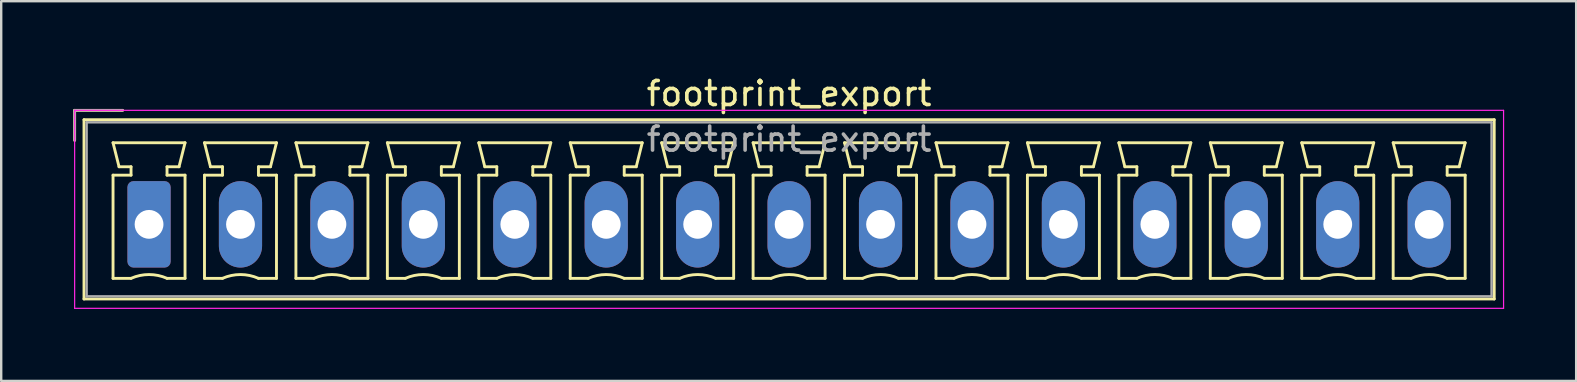
<source format=kicad_pcb>
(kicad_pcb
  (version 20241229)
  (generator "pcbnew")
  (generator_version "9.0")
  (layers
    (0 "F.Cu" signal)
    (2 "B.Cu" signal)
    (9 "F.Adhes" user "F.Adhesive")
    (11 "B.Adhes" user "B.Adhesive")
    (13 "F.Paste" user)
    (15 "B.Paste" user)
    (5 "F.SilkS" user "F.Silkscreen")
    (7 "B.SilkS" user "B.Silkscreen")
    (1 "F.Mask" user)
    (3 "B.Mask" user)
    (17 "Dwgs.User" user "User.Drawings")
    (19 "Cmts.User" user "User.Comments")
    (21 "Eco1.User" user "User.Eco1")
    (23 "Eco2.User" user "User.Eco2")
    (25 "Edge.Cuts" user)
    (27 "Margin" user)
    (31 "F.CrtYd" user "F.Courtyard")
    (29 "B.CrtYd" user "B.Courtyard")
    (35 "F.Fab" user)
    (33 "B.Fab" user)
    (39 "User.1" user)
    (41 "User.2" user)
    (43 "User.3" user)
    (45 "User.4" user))
  (footprint "footprint_export"
    (layer "F.Cu")
    (at 3.16 6.298)
    (property "Reference" "footprint_export" (at 26.67 -5.45 0) (layer "F.SilkS") (effects (font (size 1 1) (thickness 0.15))))
    (attr through_hole)
    (fp_line (start -3.1 -4.75) (end -1.1 -4.75) (stroke (width 0.12) (type solid)) (layer "F.SilkS"))
    (fp_line (start -3.1 -3.5) (end -3.1 -4.75) (stroke (width 0.12) (type solid)) (layer "F.SilkS"))
    (fp_line (start -2.71 -4.36) (end -2.71 3.11) (stroke (width 0.12) (type solid)) (layer "F.SilkS"))
    (fp_line (start -2.71 3.11) (end 56.05 3.11) (stroke (width 0.12) (type solid)) (layer "F.SilkS"))
    (fp_line (start -1.5 -3.4) (end 1.5 -3.4) (stroke (width 0.12) (type solid)) (layer "F.SilkS"))
    (fp_line (start -1.5 -2.05) (end -0.75 -2.05) (stroke (width 0.12) (type solid)) (layer "F.SilkS"))
    (fp_line (start -1.5 2.25) (end -1.5 -2.05) (stroke (width 0.12) (type solid)) (layer "F.SilkS"))
    (fp_line (start -1.25 -2.4) (end -1.5 -3.4) (stroke (width 0.12) (type solid)) (layer "F.SilkS"))
    (fp_line (start -0.75 -2.4) (end -1.25 -2.4) (stroke (width 0.12) (type solid)) (layer "F.SilkS"))
    (fp_line (start -0.75 -2.05) (end -0.75 -2.4) (stroke (width 0.12) (type solid)) (layer "F.SilkS"))
    (fp_line (start -0.75 2.25) (end -1.5 2.25) (stroke (width 0.12) (type solid)) (layer "F.SilkS"))
    (fp_line (start 0.75 -2.4) (end 0.75 -2.05) (stroke (width 0.12) (type solid)) (layer "F.SilkS"))
    (fp_line (start 0.75 -2.05) (end 1.5 -2.05) (stroke (width 0.12) (type solid)) (layer "F.SilkS"))
    (fp_line (start 1.25 -2.4) (end 0.75 -2.4) (stroke (width 0.12) (type solid)) (layer "F.SilkS"))
    (fp_line (start 1.5 -3.4) (end 1.25 -2.4) (stroke (width 0.12) (type solid)) (layer "F.SilkS"))
    (fp_line (start 1.5 -2.05) (end 1.5 2.25) (stroke (width 0.12) (type solid)) (layer "F.SilkS"))
    (fp_line (start 1.5 2.25) (end 0.75 2.25) (stroke (width 0.12) (type solid)) (layer "F.SilkS"))
    (fp_line (start 2.31 -3.4) (end 5.31 -3.4) (stroke (width 0.12) (type solid)) (layer "F.SilkS"))
    (fp_line (start 2.31 -2.05) (end 3.06 -2.05) (stroke (width 0.12) (type solid)) (layer "F.SilkS"))
    (fp_line (start 2.31 2.25) (end 2.31 -2.05) (stroke (width 0.12) (type solid)) (layer "F.SilkS"))
    (fp_line (start 2.56 -2.4) (end 2.31 -3.4) (stroke (width 0.12) (type solid)) (layer "F.SilkS"))
    (fp_line (start 3.06 -2.4) (end 2.56 -2.4) (stroke (width 0.12) (type solid)) (layer "F.SilkS"))
    (fp_line (start 3.06 -2.05) (end 3.06 -2.4) (stroke (width 0.12) (type solid)) (layer "F.SilkS"))
    (fp_line (start 3.06 2.25) (end 2.31 2.25) (stroke (width 0.12) (type solid)) (layer "F.SilkS"))
    (fp_line (start 4.56 -2.4) (end 4.56 -2.05) (stroke (width 0.12) (type solid)) (layer "F.SilkS"))
    (fp_line (start 4.56 -2.05) (end 5.31 -2.05) (stroke (width 0.12) (type solid)) (layer "F.SilkS"))
    (fp_line (start 5.06 -2.4) (end 4.56 -2.4) (stroke (width 0.12) (type solid)) (layer "F.SilkS"))
    (fp_line (start 5.31 -3.4) (end 5.06 -2.4) (stroke (width 0.12) (type solid)) (layer "F.SilkS"))
    (fp_line (start 5.31 -2.05) (end 5.31 2.25) (stroke (width 0.12) (type solid)) (layer "F.SilkS"))
    (fp_line (start 5.31 2.25) (end 4.56 2.25) (stroke (width 0.12) (type solid)) (layer "F.SilkS"))
    (fp_line (start 6.12 -3.4) (end 9.12 -3.4) (stroke (width 0.12) (type solid)) (layer "F.SilkS"))
    (fp_line (start 6.12 -2.05) (end 6.87 -2.05) (stroke (width 0.12) (type solid)) (layer "F.SilkS"))
    (fp_line (start 6.12 2.25) (end 6.12 -2.05) (stroke (width 0.12) (type solid)) (layer "F.SilkS"))
    (fp_line (start 6.37 -2.4) (end 6.12 -3.4) (stroke (width 0.12) (type solid)) (layer "F.SilkS"))
    (fp_line (start 6.87 -2.4) (end 6.37 -2.4) (stroke (width 0.12) (type solid)) (layer "F.SilkS"))
    (fp_line (start 6.87 -2.05) (end 6.87 -2.4) (stroke (width 0.12) (type solid)) (layer "F.SilkS"))
    (fp_line (start 6.87 2.25) (end 6.12 2.25) (stroke (width 0.12) (type solid)) (layer "F.SilkS"))
    (fp_line (start 8.37 -2.4) (end 8.37 -2.05) (stroke (width 0.12) (type solid)) (layer "F.SilkS"))
    (fp_line (start 8.37 -2.05) (end 9.12 -2.05) (stroke (width 0.12) (type solid)) (layer "F.SilkS"))
    (fp_line (start 8.87 -2.4) (end 8.37 -2.4) (stroke (width 0.12) (type solid)) (layer "F.SilkS"))
    (fp_line (start 9.12 -3.4) (end 8.87 -2.4) (stroke (width 0.12) (type solid)) (layer "F.SilkS"))
    (fp_line (start 9.12 -2.05) (end 9.12 2.25) (stroke (width 0.12) (type solid)) (layer "F.SilkS"))
    (fp_line (start 9.12 2.25) (end 8.37 2.25) (stroke (width 0.12) (type solid)) (layer "F.SilkS"))
    (fp_line (start 9.93 -3.4) (end 12.93 -3.4) (stroke (width 0.12) (type solid)) (layer "F.SilkS"))
    (fp_line (start 9.93 -2.05) (end 10.68 -2.05) (stroke (width 0.12) (type solid)) (layer "F.SilkS"))
    (fp_line (start 9.93 2.25) (end 9.93 -2.05) (stroke (width 0.12) (type solid)) (layer "F.SilkS"))
    (fp_line (start 10.18 -2.4) (end 9.93 -3.4) (stroke (width 0.12) (type solid)) (layer "F.SilkS"))
    (fp_line (start 10.68 -2.4) (end 10.18 -2.4) (stroke (width 0.12) (type solid)) (layer "F.SilkS"))
    (fp_line (start 10.68 -2.05) (end 10.68 -2.4) (stroke (width 0.12) (type solid)) (layer "F.SilkS"))
    (fp_line (start 10.68 2.25) (end 9.93 2.25) (stroke (width 0.12) (type solid)) (layer "F.SilkS"))
    (fp_line (start 12.18 -2.4) (end 12.18 -2.05) (stroke (width 0.12) (type solid)) (layer "F.SilkS"))
    (fp_line (start 12.18 -2.05) (end 12.93 -2.05) (stroke (width 0.12) (type solid)) (layer "F.SilkS"))
    (fp_line (start 12.68 -2.4) (end 12.18 -2.4) (stroke (width 0.12) (type solid)) (layer "F.SilkS"))
    (fp_line (start 12.93 -3.4) (end 12.68 -2.4) (stroke (width 0.12) (type solid)) (layer "F.SilkS"))
    (fp_line (start 12.93 -2.05) (end 12.93 2.25) (stroke (width 0.12) (type solid)) (layer "F.SilkS"))
    (fp_line (start 12.93 2.25) (end 12.18 2.25) (stroke (width 0.12) (type solid)) (layer "F.SilkS"))
    (fp_line (start 13.74 -3.4) (end 16.74 -3.4) (stroke (width 0.12) (type solid)) (layer "F.SilkS"))
    (fp_line (start 13.74 -2.05) (end 14.49 -2.05) (stroke (width 0.12) (type solid)) (layer "F.SilkS"))
    (fp_line (start 13.74 2.25) (end 13.74 -2.05) (stroke (width 0.12) (type solid)) (layer "F.SilkS"))
    (fp_line (start 13.99 -2.4) (end 13.74 -3.4) (stroke (width 0.12) (type solid)) (layer "F.SilkS"))
    (fp_line (start 14.49 -2.4) (end 13.99 -2.4) (stroke (width 0.12) (type solid)) (layer "F.SilkS"))
    (fp_line (start 14.49 -2.05) (end 14.49 -2.4) (stroke (width 0.12) (type solid)) (layer "F.SilkS"))
    (fp_line (start 14.49 2.25) (end 13.74 2.25) (stroke (width 0.12) (type solid)) (layer "F.SilkS"))
    (fp_line (start 15.99 -2.4) (end 15.99 -2.05) (stroke (width 0.12) (type solid)) (layer "F.SilkS"))
    (fp_line (start 15.99 -2.05) (end 16.74 -2.05) (stroke (width 0.12) (type solid)) (layer "F.SilkS"))
    (fp_line (start 16.49 -2.4) (end 15.99 -2.4) (stroke (width 0.12) (type solid)) (layer "F.SilkS"))
    (fp_line (start 16.74 -3.4) (end 16.49 -2.4) (stroke (width 0.12) (type solid)) (layer "F.SilkS"))
    (fp_line (start 16.74 -2.05) (end 16.74 2.25) (stroke (width 0.12) (type solid)) (layer "F.SilkS"))
    (fp_line (start 16.74 2.25) (end 15.99 2.25) (stroke (width 0.12) (type solid)) (layer "F.SilkS"))
    (fp_line (start 17.55 -3.4) (end 20.55 -3.4) (stroke (width 0.12) (type solid)) (layer "F.SilkS"))
    (fp_line (start 17.55 -2.05) (end 18.3 -2.05) (stroke (width 0.12) (type solid)) (layer "F.SilkS"))
    (fp_line (start 17.55 2.25) (end 17.55 -2.05) (stroke (width 0.12) (type solid)) (layer "F.SilkS"))
    (fp_line (start 17.8 -2.4) (end 17.55 -3.4) (stroke (width 0.12) (type solid)) (layer "F.SilkS"))
    (fp_line (start 18.3 -2.4) (end 17.8 -2.4) (stroke (width 0.12) (type solid)) (layer "F.SilkS"))
    (fp_line (start 18.3 -2.05) (end 18.3 -2.4) (stroke (width 0.12) (type solid)) (layer "F.SilkS"))
    (fp_line (start 18.3 2.25) (end 17.55 2.25) (stroke (width 0.12) (type solid)) (layer "F.SilkS"))
    (fp_line (start 19.8 -2.4) (end 19.8 -2.05) (stroke (width 0.12) (type solid)) (layer "F.SilkS"))
    (fp_line (start 19.8 -2.05) (end 20.55 -2.05) (stroke (width 0.12) (type solid)) (layer "F.SilkS"))
    (fp_line (start 20.3 -2.4) (end 19.8 -2.4) (stroke (width 0.12) (type solid)) (layer "F.SilkS"))
    (fp_line (start 20.55 -3.4) (end 20.3 -2.4) (stroke (width 0.12) (type solid)) (layer "F.SilkS"))
    (fp_line (start 20.55 -2.05) (end 20.55 2.25) (stroke (width 0.12) (type solid)) (layer "F.SilkS"))
    (fp_line (start 20.55 2.25) (end 19.8 2.25) (stroke (width 0.12) (type solid)) (layer "F.SilkS"))
    (fp_line (start 21.36 -3.4) (end 24.36 -3.4) (stroke (width 0.12) (type solid)) (layer "F.SilkS"))
    (fp_line (start 21.36 -2.05) (end 22.11 -2.05) (stroke (width 0.12) (type solid)) (layer "F.SilkS"))
    (fp_line (start 21.36 2.25) (end 21.36 -2.05) (stroke (width 0.12) (type solid)) (layer "F.SilkS"))
    (fp_line (start 21.61 -2.4) (end 21.36 -3.4) (stroke (width 0.12) (type solid)) (layer "F.SilkS"))
    (fp_line (start 22.11 -2.4) (end 21.61 -2.4) (stroke (width 0.12) (type solid)) (layer "F.SilkS"))
    (fp_line (start 22.11 -2.05) (end 22.11 -2.4) (stroke (width 0.12) (type solid)) (layer "F.SilkS"))
    (fp_line (start 22.11 2.25) (end 21.36 2.25) (stroke (width 0.12) (type solid)) (layer "F.SilkS"))
    (fp_line (start 23.61 -2.4) (end 23.61 -2.05) (stroke (width 0.12) (type solid)) (layer "F.SilkS"))
    (fp_line (start 23.61 -2.05) (end 24.36 -2.05) (stroke (width 0.12) (type solid)) (layer "F.SilkS"))
    (fp_line (start 24.11 -2.4) (end 23.61 -2.4) (stroke (width 0.12) (type solid)) (layer "F.SilkS"))
    (fp_line (start 24.36 -3.4) (end 24.11 -2.4) (stroke (width 0.12) (type solid)) (layer "F.SilkS"))
    (fp_line (start 24.36 -2.05) (end 24.36 2.25) (stroke (width 0.12) (type solid)) (layer "F.SilkS"))
    (fp_line (start 24.36 2.25) (end 23.61 2.25) (stroke (width 0.12) (type solid)) (layer "F.SilkS"))
    (fp_line (start 25.17 -3.4) (end 28.17 -3.4) (stroke (width 0.12) (type solid)) (layer "F.SilkS"))
    (fp_line (start 25.17 -2.05) (end 25.92 -2.05) (stroke (width 0.12) (type solid)) (layer "F.SilkS"))
    (fp_line (start 25.17 2.25) (end 25.17 -2.05) (stroke (width 0.12) (type solid)) (layer "F.SilkS"))
    (fp_line (start 25.42 -2.4) (end 25.17 -3.4) (stroke (width 0.12) (type solid)) (layer "F.SilkS"))
    (fp_line (start 25.92 -2.4) (end 25.42 -2.4) (stroke (width 0.12) (type solid)) (layer "F.SilkS"))
    (fp_line (start 25.92 -2.05) (end 25.92 -2.4) (stroke (width 0.12) (type solid)) (layer "F.SilkS"))
    (fp_line (start 25.92 2.25) (end 25.17 2.25) (stroke (width 0.12) (type solid)) (layer "F.SilkS"))
    (fp_line (start 27.42 -2.4) (end 27.42 -2.05) (stroke (width 0.12) (type solid)) (layer "F.SilkS"))
    (fp_line (start 27.42 -2.05) (end 28.17 -2.05) (stroke (width 0.12) (type solid)) (layer "F.SilkS"))
    (fp_line (start 27.92 -2.4) (end 27.42 -2.4) (stroke (width 0.12) (type solid)) (layer "F.SilkS"))
    (fp_line (start 28.17 -3.4) (end 27.92 -2.4) (stroke (width 0.12) (type solid)) (layer "F.SilkS"))
    (fp_line (start 28.17 -2.05) (end 28.17 2.25) (stroke (width 0.12) (type solid)) (layer "F.SilkS"))
    (fp_line (start 28.17 2.25) (end 27.42 2.25) (stroke (width 0.12) (type solid)) (layer "F.SilkS"))
    (fp_line (start 28.98 -3.4) (end 31.98 -3.4) (stroke (width 0.12) (type solid)) (layer "F.SilkS"))
    (fp_line (start 28.98 -2.05) (end 29.73 -2.05) (stroke (width 0.12) (type solid)) (layer "F.SilkS"))
    (fp_line (start 28.98 2.25) (end 28.98 -2.05) (stroke (width 0.12) (type solid)) (layer "F.SilkS"))
    (fp_line (start 29.23 -2.4) (end 28.98 -3.4) (stroke (width 0.12) (type solid)) (layer "F.SilkS"))
    (fp_line (start 29.73 -2.4) (end 29.23 -2.4) (stroke (width 0.12) (type solid)) (layer "F.SilkS"))
    (fp_line (start 29.73 -2.05) (end 29.73 -2.4) (stroke (width 0.12) (type solid)) (layer "F.SilkS"))
    (fp_line (start 29.73 2.25) (end 28.98 2.25) (stroke (width 0.12) (type solid)) (layer "F.SilkS"))
    (fp_line (start 31.23 -2.4) (end 31.23 -2.05) (stroke (width 0.12) (type solid)) (layer "F.SilkS"))
    (fp_line (start 31.23 -2.05) (end 31.98 -2.05) (stroke (width 0.12) (type solid)) (layer "F.SilkS"))
    (fp_line (start 31.73 -2.4) (end 31.23 -2.4) (stroke (width 0.12) (type solid)) (layer "F.SilkS"))
    (fp_line (start 31.98 -3.4) (end 31.73 -2.4) (stroke (width 0.12) (type solid)) (layer "F.SilkS"))
    (fp_line (start 31.98 -2.05) (end 31.98 2.25) (stroke (width 0.12) (type solid)) (layer "F.SilkS"))
    (fp_line (start 31.98 2.25) (end 31.23 2.25) (stroke (width 0.12) (type solid)) (layer "F.SilkS"))
    (fp_line (start 32.79 -3.4) (end 35.79 -3.4) (stroke (width 0.12) (type solid)) (layer "F.SilkS"))
    (fp_line (start 32.79 -2.05) (end 33.54 -2.05) (stroke (width 0.12) (type solid)) (layer "F.SilkS"))
    (fp_line (start 32.79 2.25) (end 32.79 -2.05) (stroke (width 0.12) (type solid)) (layer "F.SilkS"))
    (fp_line (start 33.04 -2.4) (end 32.79 -3.4) (stroke (width 0.12) (type solid)) (layer "F.SilkS"))
    (fp_line (start 33.54 -2.4) (end 33.04 -2.4) (stroke (width 0.12) (type solid)) (layer "F.SilkS"))
    (fp_line (start 33.54 -2.05) (end 33.54 -2.4) (stroke (width 0.12) (type solid)) (layer "F.SilkS"))
    (fp_line (start 33.54 2.25) (end 32.79 2.25) (stroke (width 0.12) (type solid)) (layer "F.SilkS"))
    (fp_line (start 35.04 -2.4) (end 35.04 -2.05) (stroke (width 0.12) (type solid)) (layer "F.SilkS"))
    (fp_line (start 35.04 -2.05) (end 35.79 -2.05) (stroke (width 0.12) (type solid)) (layer "F.SilkS"))
    (fp_line (start 35.54 -2.4) (end 35.04 -2.4) (stroke (width 0.12) (type solid)) (layer "F.SilkS"))
    (fp_line (start 35.79 -3.4) (end 35.54 -2.4) (stroke (width 0.12) (type solid)) (layer "F.SilkS"))
    (fp_line (start 35.79 -2.05) (end 35.79 2.25) (stroke (width 0.12) (type solid)) (layer "F.SilkS"))
    (fp_line (start 35.79 2.25) (end 35.04 2.25) (stroke (width 0.12) (type solid)) (layer "F.SilkS"))
    (fp_line (start 36.6 -3.4) (end 39.6 -3.4) (stroke (width 0.12) (type solid)) (layer "F.SilkS"))
    (fp_line (start 36.6 -2.05) (end 37.35 -2.05) (stroke (width 0.12) (type solid)) (layer "F.SilkS"))
    (fp_line (start 36.6 2.25) (end 36.6 -2.05) (stroke (width 0.12) (type solid)) (layer "F.SilkS"))
    (fp_line (start 36.85 -2.4) (end 36.6 -3.4) (stroke (width 0.12) (type solid)) (layer "F.SilkS"))
    (fp_line (start 37.35 -2.4) (end 36.85 -2.4) (stroke (width 0.12) (type solid)) (layer "F.SilkS"))
    (fp_line (start 37.35 -2.05) (end 37.35 -2.4) (stroke (width 0.12) (type solid)) (layer "F.SilkS"))
    (fp_line (start 37.35 2.25) (end 36.6 2.25) (stroke (width 0.12) (type solid)) (layer "F.SilkS"))
    (fp_line (start 38.85 -2.4) (end 38.85 -2.05) (stroke (width 0.12) (type solid)) (layer "F.SilkS"))
    (fp_line (start 38.85 -2.05) (end 39.6 -2.05) (stroke (width 0.12) (type solid)) (layer "F.SilkS"))
    (fp_line (start 39.35 -2.4) (end 38.85 -2.4) (stroke (width 0.12) (type solid)) (layer "F.SilkS"))
    (fp_line (start 39.6 -3.4) (end 39.35 -2.4) (stroke (width 0.12) (type solid)) (layer "F.SilkS"))
    (fp_line (start 39.6 -2.05) (end 39.6 2.25) (stroke (width 0.12) (type solid)) (layer "F.SilkS"))
    (fp_line (start 39.6 2.25) (end 38.85 2.25) (stroke (width 0.12) (type solid)) (layer "F.SilkS"))
    (fp_line (start 40.41 -3.4) (end 43.41 -3.4) (stroke (width 0.12) (type solid)) (layer "F.SilkS"))
    (fp_line (start 40.41 -2.05) (end 41.16 -2.05) (stroke (width 0.12) (type solid)) (layer "F.SilkS"))
    (fp_line (start 40.41 2.25) (end 40.41 -2.05) (stroke (width 0.12) (type solid)) (layer "F.SilkS"))
    (fp_line (start 40.66 -2.4) (end 40.41 -3.4) (stroke (width 0.12) (type solid)) (layer "F.SilkS"))
    (fp_line (start 41.16 -2.4) (end 40.66 -2.4) (stroke (width 0.12) (type solid)) (layer "F.SilkS"))
    (fp_line (start 41.16 -2.05) (end 41.16 -2.4) (stroke (width 0.12) (type solid)) (layer "F.SilkS"))
    (fp_line (start 41.16 2.25) (end 40.41 2.25) (stroke (width 0.12) (type solid)) (layer "F.SilkS"))
    (fp_line (start 42.66 -2.4) (end 42.66 -2.05) (stroke (width 0.12) (type solid)) (layer "F.SilkS"))
    (fp_line (start 42.66 -2.05) (end 43.41 -2.05) (stroke (width 0.12) (type solid)) (layer "F.SilkS"))
    (fp_line (start 43.16 -2.4) (end 42.66 -2.4) (stroke (width 0.12) (type solid)) (layer "F.SilkS"))
    (fp_line (start 43.41 -3.4) (end 43.16 -2.4) (stroke (width 0.12) (type solid)) (layer "F.SilkS"))
    (fp_line (start 43.41 -2.05) (end 43.41 2.25) (stroke (width 0.12) (type solid)) (layer "F.SilkS"))
    (fp_line (start 43.41 2.25) (end 42.66 2.25) (stroke (width 0.12) (type solid)) (layer "F.SilkS"))
    (fp_line (start 44.22 -3.4) (end 47.22 -3.4) (stroke (width 0.12) (type solid)) (layer "F.SilkS"))
    (fp_line (start 44.22 -2.05) (end 44.97 -2.05) (stroke (width 0.12) (type solid)) (layer "F.SilkS"))
    (fp_line (start 44.22 2.25) (end 44.22 -2.05) (stroke (width 0.12) (type solid)) (layer "F.SilkS"))
    (fp_line (start 44.47 -2.4) (end 44.22 -3.4) (stroke (width 0.12) (type solid)) (layer "F.SilkS"))
    (fp_line (start 44.97 -2.4) (end 44.47 -2.4) (stroke (width 0.12) (type solid)) (layer "F.SilkS"))
    (fp_line (start 44.97 -2.05) (end 44.97 -2.4) (stroke (width 0.12) (type solid)) (layer "F.SilkS"))
    (fp_line (start 44.97 2.25) (end 44.22 2.25) (stroke (width 0.12) (type solid)) (layer "F.SilkS"))
    (fp_line (start 46.47 -2.4) (end 46.47 -2.05) (stroke (width 0.12) (type solid)) (layer "F.SilkS"))
    (fp_line (start 46.47 -2.05) (end 47.22 -2.05) (stroke (width 0.12) (type solid)) (layer "F.SilkS"))
    (fp_line (start 46.97 -2.4) (end 46.47 -2.4) (stroke (width 0.12) (type solid)) (layer "F.SilkS"))
    (fp_line (start 47.22 -3.4) (end 46.97 -2.4) (stroke (width 0.12) (type solid)) (layer "F.SilkS"))
    (fp_line (start 47.22 -2.05) (end 47.22 2.25) (stroke (width 0.12) (type solid)) (layer "F.SilkS"))
    (fp_line (start 47.22 2.25) (end 46.47 2.25) (stroke (width 0.12) (type solid)) (layer "F.SilkS"))
    (fp_line (start 48.03 -3.4) (end 51.03 -3.4) (stroke (width 0.12) (type solid)) (layer "F.SilkS"))
    (fp_line (start 48.03 -2.05) (end 48.78 -2.05) (stroke (width 0.12) (type solid)) (layer "F.SilkS"))
    (fp_line (start 48.03 2.25) (end 48.03 -2.05) (stroke (width 0.12) (type solid)) (layer "F.SilkS"))
    (fp_line (start 48.28 -2.4) (end 48.03 -3.4) (stroke (width 0.12) (type solid)) (layer "F.SilkS"))
    (fp_line (start 48.78 -2.4) (end 48.28 -2.4) (stroke (width 0.12) (type solid)) (layer "F.SilkS"))
    (fp_line (start 48.78 -2.05) (end 48.78 -2.4) (stroke (width 0.12) (type solid)) (layer "F.SilkS"))
    (fp_line (start 48.78 2.25) (end 48.03 2.25) (stroke (width 0.12) (type solid)) (layer "F.SilkS"))
    (fp_line (start 50.28 -2.4) (end 50.28 -2.05) (stroke (width 0.12) (type solid)) (layer "F.SilkS"))
    (fp_line (start 50.28 -2.05) (end 51.03 -2.05) (stroke (width 0.12) (type solid)) (layer "F.SilkS"))
    (fp_line (start 50.78 -2.4) (end 50.28 -2.4) (stroke (width 0.12) (type solid)) (layer "F.SilkS"))
    (fp_line (start 51.03 -3.4) (end 50.78 -2.4) (stroke (width 0.12) (type solid)) (layer "F.SilkS"))
    (fp_line (start 51.03 -2.05) (end 51.03 2.25) (stroke (width 0.12) (type solid)) (layer "F.SilkS"))
    (fp_line (start 51.03 2.25) (end 50.28 2.25) (stroke (width 0.12) (type solid)) (layer "F.SilkS"))
    (fp_line (start 51.84 -3.4) (end 54.84 -3.4) (stroke (width 0.12) (type solid)) (layer "F.SilkS"))
    (fp_line (start 51.84 -2.05) (end 52.59 -2.05) (stroke (width 0.12) (type solid)) (layer "F.SilkS"))
    (fp_line (start 51.84 2.25) (end 51.84 -2.05) (stroke (width 0.12) (type solid)) (layer "F.SilkS"))
    (fp_line (start 52.09 -2.4) (end 51.84 -3.4) (stroke (width 0.12) (type solid)) (layer "F.SilkS"))
    (fp_line (start 52.59 -2.4) (end 52.09 -2.4) (stroke (width 0.12) (type solid)) (layer "F.SilkS"))
    (fp_line (start 52.59 -2.05) (end 52.59 -2.4) (stroke (width 0.12) (type solid)) (layer "F.SilkS"))
    (fp_line (start 52.59 2.25) (end 51.84 2.25) (stroke (width 0.12) (type solid)) (layer "F.SilkS"))
    (fp_line (start 54.09 -2.4) (end 54.09 -2.05) (stroke (width 0.12) (type solid)) (layer "F.SilkS"))
    (fp_line (start 54.09 -2.05) (end 54.84 -2.05) (stroke (width 0.12) (type solid)) (layer "F.SilkS"))
    (fp_line (start 54.59 -2.4) (end 54.09 -2.4) (stroke (width 0.12) (type solid)) (layer "F.SilkS"))
    (fp_line (start 54.84 -3.4) (end 54.59 -2.4) (stroke (width 0.12) (type solid)) (layer "F.SilkS"))
    (fp_line (start 54.84 -2.05) (end 54.84 2.25) (stroke (width 0.12) (type solid)) (layer "F.SilkS"))
    (fp_line (start 54.84 2.25) (end 54.09 2.25) (stroke (width 0.12) (type solid)) (layer "F.SilkS"))
    (fp_line (start 56.05 -4.36) (end -2.71 -4.36) (stroke (width 0.12) (type solid)) (layer "F.SilkS"))
    (fp_line (start 56.05 3.11) (end 56.05 -4.36) (stroke (width 0.12) (type solid)) (layer "F.SilkS"))
    (fp_arc (start -0.75 2.25) (mid -0.000193 2.09191) (end 0.749647 2.249844) (stroke (width 0.12) (type solid)) (layer "F.SilkS"))
    (fp_arc (start 3.06 2.25) (mid 3.809807 2.09191) (end 4.559647 2.249844) (stroke (width 0.12) (type solid)) (layer "F.SilkS"))
    (fp_arc (start 6.87 2.25) (mid 7.619807 2.09191) (end 8.369647 2.249844) (stroke (width 0.12) (type solid)) (layer "F.SilkS"))
    (fp_arc (start 10.68 2.25) (mid 11.429807 2.09191) (end 12.179647 2.249844) (stroke (width 0.12) (type solid)) (layer "F.SilkS"))
    (fp_arc (start 14.49 2.25) (mid 15.239807 2.09191) (end 15.989647 2.249844) (stroke (width 0.12) (type solid)) (layer "F.SilkS"))
    (fp_arc (start 18.3 2.25) (mid 19.049807 2.09191) (end 19.799647 2.249844) (stroke (width 0.12) (type solid)) (layer "F.SilkS"))
    (fp_arc (start 22.11 2.25) (mid 22.859807 2.09191) (end 23.609647 2.249844) (stroke (width 0.12) (type solid)) (layer "F.SilkS"))
    (fp_arc (start 25.92 2.25) (mid 26.669807 2.09191) (end 27.419647 2.249844) (stroke (width 0.12) (type solid)) (layer "F.SilkS"))
    (fp_arc (start 29.73 2.25) (mid 30.479807 2.09191) (end 31.229647 2.249844) (stroke (width 0.12) (type solid)) (layer "F.SilkS"))
    (fp_arc (start 33.54 2.25) (mid 34.289807 2.09191) (end 35.039647 2.249844) (stroke (width 0.12) (type solid)) (layer "F.SilkS"))
    (fp_arc (start 37.35 2.25) (mid 38.099807 2.09191) (end 38.849647 2.249844) (stroke (width 0.12) (type solid)) (layer "F.SilkS"))
    (fp_arc (start 41.16 2.25) (mid 41.909807 2.09191) (end 42.659647 2.249844) (stroke (width 0.12) (type solid)) (layer "F.SilkS"))
    (fp_arc (start 44.97 2.25) (mid 45.719807 2.09191) (end 46.469647 2.249844) (stroke (width 0.12) (type solid)) (layer "F.SilkS"))
    (fp_arc (start 48.78 2.25) (mid 49.529807 2.09191) (end 50.279647 2.249844) (stroke (width 0.12) (type solid)) (layer "F.SilkS"))
    (fp_arc (start 52.59 2.25) (mid 53.339807 2.09191) (end 54.089647 2.249844) (stroke (width 0.12) (type solid)) (layer "F.SilkS"))
    (fp_line (start -3.1 -4.75) (end -3.1 3.5) (stroke (width 0.05) (type solid)) (layer "F.CrtYd"))
    (fp_line (start -3.1 3.5) (end 56.44 3.5) (stroke (width 0.05) (type solid)) (layer "F.CrtYd"))
    (fp_line (start 56.44 -4.75) (end -3.1 -4.75) (stroke (width 0.05) (type solid)) (layer "F.CrtYd"))
    (fp_line (start 56.44 3.5) (end 56.44 -4.75) (stroke (width 0.05) (type solid)) (layer "F.CrtYd"))
    (fp_line (start -3.1 -4.75) (end -1.1 -4.75) (stroke (width 0.1) (type solid)) (layer "F.Fab"))
    (fp_line (start -3.1 -3.5) (end -3.1 -4.75) (stroke (width 0.1) (type solid)) (layer "F.Fab"))
    (fp_line (start -2.6 -4.25) (end -2.6 3) (stroke (width 0.1) (type solid)) (layer "F.Fab"))
    (fp_line (start -2.6 3) (end 55.94 3) (stroke (width 0.1) (type solid)) (layer "F.Fab"))
    (fp_line (start 55.94 -4.25) (end -2.6 -4.25) (stroke (width 0.1) (type solid)) (layer "F.Fab"))
    (fp_line (start 55.94 3) (end 55.94 -4.25) (stroke (width 0.1) (type solid)) (layer "F.Fab"))
    (fp_text user "${REFERENCE}" (at 26.67 -3.55 0) (layer "F.Fab") (effects (font (size 1 1) (thickness 0.15))))
    (pad "1" thru_hole roundrect (at 0 0) (size 1.8 3.6) (drill 1.2) (layers "*.Cu" "*.Mask") (roundrect_rratio 0.139))
    (pad "2" thru_hole oval (at 3.81 0) (size 1.8 3.6) (drill 1.2) (layers "*.Cu" "*.Mask"))
    (pad "3" thru_hole oval (at 7.62 0) (size 1.8 3.6) (drill 1.2) (layers "*.Cu" "*.Mask"))
    (pad "4" thru_hole oval (at 11.43 0) (size 1.8 3.6) (drill 1.2) (layers "*.Cu" "*.Mask"))
    (pad "5" thru_hole oval (at 15.24 0) (size 1.8 3.6) (drill 1.2) (layers "*.Cu" "*.Mask"))
    (pad "6" thru_hole oval (at 19.05 0) (size 1.8 3.6) (drill 1.2) (layers "*.Cu" "*.Mask"))
    (pad "7" thru_hole oval (at 22.86 0) (size 1.8 3.6) (drill 1.2) (layers "*.Cu" "*.Mask"))
    (pad "8" thru_hole oval (at 26.67 0) (size 1.8 3.6) (drill 1.2) (layers "*.Cu" "*.Mask"))
    (pad "9" thru_hole oval (at 30.48 0) (size 1.8 3.6) (drill 1.2) (layers "*.Cu" "*.Mask"))
    (pad "10" thru_hole oval (at 34.29 0) (size 1.8 3.6) (drill 1.2) (layers "*.Cu" "*.Mask"))
    (pad "11" thru_hole oval (at 38.1 0) (size 1.8 3.6) (drill 1.2) (layers "*.Cu" "*.Mask"))
    (pad "12" thru_hole oval (at 41.91 0) (size 1.8 3.6) (drill 1.2) (layers "*.Cu" "*.Mask"))
    (pad "13" thru_hole oval (at 45.72 0) (size 1.8 3.6) (drill 1.2) (layers "*.Cu" "*.Mask"))
    (pad "14" thru_hole oval (at 49.53 0) (size 1.8 3.6) (drill 1.2) (layers "*.Cu" "*.Mask"))
    (pad "15" thru_hole oval (at 53.34 0) (size 1.8 3.6) (drill 1.2) (layers "*.Cu" "*.Mask")))
  (gr_rect
    (start -3 -3)
    (end 62.625 12.823)
    (stroke (width 0.1) (type default))
    (fill no)
    (layer "Edge.Cuts")))
</source>
